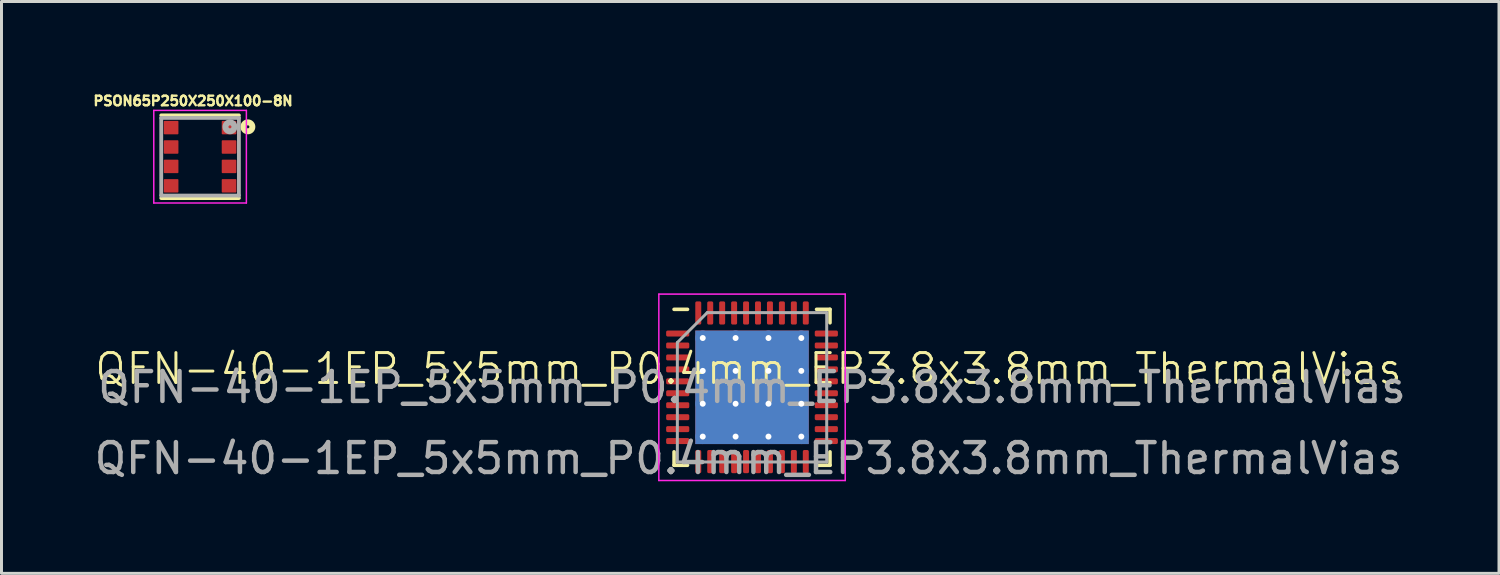
<source format=kicad_pcb>
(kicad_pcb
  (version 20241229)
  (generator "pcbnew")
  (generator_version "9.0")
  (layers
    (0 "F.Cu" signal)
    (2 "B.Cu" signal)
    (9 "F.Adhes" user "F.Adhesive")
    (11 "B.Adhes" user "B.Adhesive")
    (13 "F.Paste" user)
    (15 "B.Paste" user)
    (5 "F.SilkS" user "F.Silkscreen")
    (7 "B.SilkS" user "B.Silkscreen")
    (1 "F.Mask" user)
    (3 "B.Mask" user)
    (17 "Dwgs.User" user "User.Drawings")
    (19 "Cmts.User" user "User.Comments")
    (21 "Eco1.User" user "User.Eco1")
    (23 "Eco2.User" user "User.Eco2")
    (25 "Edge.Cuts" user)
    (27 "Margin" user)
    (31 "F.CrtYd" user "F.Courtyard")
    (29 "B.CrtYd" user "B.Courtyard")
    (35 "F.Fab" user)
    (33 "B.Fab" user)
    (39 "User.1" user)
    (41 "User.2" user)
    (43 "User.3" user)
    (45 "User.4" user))
  (footprint "QFN-40-1EP_5x5mm_P0.4mm_EP3.8x3.8mm_ThermalVias"
    (layer "F.Cu")
    (at 22.006 9.796)
    (property "Reference" "QFN-40-1EP_5x5mm_P0.4mm_EP3.8x3.8mm_ThermalVias" (at 0 -0.5 0) (unlocked yes) (layer "F.SilkS") (effects (font (size 1 1) (thickness 0.1))))
    (attr smd)
    (fp_line (start -2.49 2.73) (end -2.49 2.28) (stroke (width 0.12) (type solid)) (layer "F.SilkS"))
    (fp_line (start -2.04 -2.49) (end -2.49 -2.49) (stroke (width 0.12) (type solid)) (layer "F.SilkS"))
    (fp_line (start -2.04 2.73) (end -2.49 2.73) (stroke (width 0.12) (type solid)) (layer "F.SilkS"))
    (fp_line (start 2.28 -2.49) (end 2.73 -2.49) (stroke (width 0.12) (type solid)) (layer "F.SilkS"))
    (fp_line (start 2.28 2.73) (end 2.73 2.73) (stroke (width 0.12) (type solid)) (layer "F.SilkS"))
    (fp_line (start 2.73 -2.49) (end 2.73 -2.04) (stroke (width 0.12) (type solid)) (layer "F.SilkS"))
    (fp_line (start 2.73 2.73) (end 2.73 2.28) (stroke (width 0.12) (type solid)) (layer "F.SilkS"))
    (fp_line (start -3 -3) (end -3 3.24) (stroke (width 0.05) (type solid)) (layer "F.CrtYd"))
    (fp_line (start -3 3.24) (end 3.24 3.24) (stroke (width 0.05) (type solid)) (layer "F.CrtYd"))
    (fp_line (start 3.24 -3) (end -3 -3) (stroke (width 0.05) (type solid)) (layer "F.CrtYd"))
    (fp_line (start 3.24 3.24) (end 3.24 -3) (stroke (width 0.05) (type solid)) (layer "F.CrtYd"))
    (fp_line (start -2.38 -1.38) (end -1.38 -2.38) (stroke (width 0.1) (type solid)) (layer "F.Fab"))
    (fp_line (start -2.38 2.62) (end -2.38 -1.38) (stroke (width 0.1) (type solid)) (layer "F.Fab"))
    (fp_line (start -1.38 -2.38) (end 2.62 -2.38) (stroke (width 0.1) (type solid)) (layer "F.Fab"))
    (fp_line (start 2.62 -2.38) (end 2.62 2.62) (stroke (width 0.1) (type solid)) (layer "F.Fab"))
    (fp_line (start 2.62 2.62) (end -2.38 2.62) (stroke (width 0.1) (type solid)) (layer "F.Fab"))
    (fp_text user "${REFERENCE}" (at 0 2.5 0) (unlocked yes) (layer "F.Fab") (effects (font (size 1 1) (thickness 0.15))))
    (fp_text user "${REFERENCE}" (at 0.12 0.12 0) (layer "F.Fab") (effects (font (size 1 1) (thickness 0.15))))
    (pad "" smd custom (at -0.98 -0.98) (size 0.865 0.865) (layers "F.Paste") (options (anchor circle)) (primitives (gr_poly (pts (xy 0.375 -0.279) (xy 0.375 0.279) (xy 0.279 0.375) (xy -0.279 0.375) (xy -0.375 0.279) (xy -0.375 -0.279) (xy -0.279 -0.375) (xy 0.279 -0.375)) (width 0.232) (fill yes))))
    (pad "" smd custom (at -0.98 0.12) (size 0.865 0.865) (layers "F.Paste") (options (anchor circle)) (primitives (gr_poly (pts (xy 0.375 -0.279) (xy 0.375 0.279) (xy 0.279 0.375) (xy -0.279 0.375) (xy -0.375 0.279) (xy -0.375 -0.279) (xy -0.279 -0.375) (xy 0.279 -0.375)) (width 0.232) (fill yes))))
    (pad "" smd custom (at -0.98 1.22) (size 0.865 0.865) (layers "F.Paste") (options (anchor circle)) (primitives (gr_poly (pts (xy 0.375 -0.279) (xy 0.375 0.279) (xy 0.279 0.375) (xy -0.279 0.375) (xy -0.375 0.279) (xy -0.375 -0.279) (xy -0.279 -0.375) (xy 0.279 -0.375)) (width 0.232) (fill yes))))
    (pad "" smd custom (at 0.12 -0.98) (size 0.865 0.865) (layers "F.Paste") (options (anchor circle)) (primitives (gr_poly (pts (xy 0.375 -0.279) (xy 0.375 0.279) (xy 0.279 0.375) (xy -0.279 0.375) (xy -0.375 0.279) (xy -0.375 -0.279) (xy -0.279 -0.375) (xy 0.279 -0.375)) (width 0.232) (fill yes))))
    (pad "" smd custom (at 0.12 0.12) (size 0.865 0.865) (layers "F.Paste") (options (anchor circle)) (primitives (gr_poly (pts (xy 0.375 -0.279) (xy 0.375 0.279) (xy 0.279 0.375) (xy -0.279 0.375) (xy -0.375 0.279) (xy -0.375 -0.279) (xy -0.279 -0.375) (xy 0.279 -0.375)) (width 0.232) (fill yes))))
    (pad "" smd custom (at 0.12 1.22) (size 0.865 0.865) (layers "F.Paste") (options (anchor circle)) (primitives (gr_poly (pts (xy 0.375 -0.279) (xy 0.375 0.279) (xy 0.279 0.375) (xy -0.279 0.375) (xy -0.375 0.279) (xy -0.375 -0.279) (xy -0.279 -0.375) (xy 0.279 -0.375)) (width 0.232) (fill yes))))
    (pad "" smd custom (at 1.22 -0.98) (size 0.865 0.865) (layers "F.Paste") (options (anchor circle)) (primitives (gr_poly (pts (xy 0.375 -0.279) (xy 0.375 0.279) (xy 0.279 0.375) (xy -0.279 0.375) (xy -0.375 0.279) (xy -0.375 -0.279) (xy -0.279 -0.375) (xy 0.279 -0.375)) (width 0.232) (fill yes))))
    (pad "" smd custom (at 1.22 0.12) (size 0.865 0.865) (layers "F.Paste") (options (anchor circle)) (primitives (gr_poly (pts (xy 0.375 -0.279) (xy 0.375 0.279) (xy 0.279 0.375) (xy -0.279 0.375) (xy -0.375 0.279) (xy -0.375 -0.279) (xy -0.279 -0.375) (xy 0.279 -0.375)) (width 0.232) (fill yes))))
    (pad "" smd custom (at 1.22 1.22) (size 0.865 0.865) (layers "F.Paste") (options (anchor circle)) (primitives (gr_poly (pts (xy 0.375 -0.279) (xy 0.375 0.279) (xy 0.279 0.375) (xy -0.279 0.375) (xy -0.375 0.279) (xy -0.375 -0.279) (xy -0.279 -0.375) (xy 0.279 -0.375)) (width 0.232) (fill yes))))
    (pad "1" smd roundrect (at -2.368 -1.68) (size 0.775 0.2) (layers "F.Cu" "F.Mask" "F.Paste") (roundrect_rratio 0.25))
    (pad "2" smd roundrect (at -2.368 -1.28) (size 0.775 0.2) (layers "F.Cu" "F.Mask" "F.Paste") (roundrect_rratio 0.25))
    (pad "3" smd roundrect (at -2.368 -0.88) (size 0.775 0.2) (layers "F.Cu" "F.Mask" "F.Paste") (roundrect_rratio 0.25))
    (pad "4" smd roundrect (at -2.368 -0.48) (size 0.775 0.2) (layers "F.Cu" "F.Mask" "F.Paste") (roundrect_rratio 0.25))
    (pad "5" smd roundrect (at -2.368 -0.08) (size 0.775 0.2) (layers "F.Cu" "F.Mask" "F.Paste") (roundrect_rratio 0.25))
    (pad "6" smd roundrect (at -2.368 0.32) (size 0.775 0.2) (layers "F.Cu" "F.Mask" "F.Paste") (roundrect_rratio 0.25))
    (pad "7" smd roundrect (at -2.368 0.72) (size 0.775 0.2) (layers "F.Cu" "F.Mask" "F.Paste") (roundrect_rratio 0.25))
    (pad "8" smd roundrect (at -2.368 1.12) (size 0.775 0.2) (layers "F.Cu" "F.Mask" "F.Paste") (roundrect_rratio 0.25))
    (pad "9" smd roundrect (at -2.368 1.52) (size 0.775 0.2) (layers "F.Cu" "F.Mask" "F.Paste") (roundrect_rratio 0.25))
    (pad "10" smd roundrect (at -2.368 1.92) (size 0.775 0.2) (layers "F.Cu" "F.Mask" "F.Paste") (roundrect_rratio 0.25))
    (pad "11" smd roundrect (at -1.68 2.607) (size 0.2 0.775) (layers "F.Cu" "F.Mask" "F.Paste") (roundrect_rratio 0.25))
    (pad "12" smd roundrect (at -1.28 2.607) (size 0.2 0.775) (layers "F.Cu" "F.Mask" "F.Paste") (roundrect_rratio 0.25))
    (pad "13" smd roundrect (at -0.88 2.607) (size 0.2 0.775) (layers "F.Cu" "F.Mask" "F.Paste") (roundrect_rratio 0.25))
    (pad "14" smd roundrect (at -0.48 2.607) (size 0.2 0.775) (layers "F.Cu" "F.Mask" "F.Paste") (roundrect_rratio 0.25))
    (pad "15" smd roundrect (at -0.08 2.607) (size 0.2 0.775) (layers "F.Cu" "F.Mask" "F.Paste") (roundrect_rratio 0.25))
    (pad "16" smd roundrect (at 0.32 2.607) (size 0.2 0.775) (layers "F.Cu" "F.Mask" "F.Paste") (roundrect_rratio 0.25))
    (pad "17" smd roundrect (at 0.72 2.607) (size 0.2 0.775) (layers "F.Cu" "F.Mask" "F.Paste") (roundrect_rratio 0.25))
    (pad "18" smd roundrect (at 1.12 2.607) (size 0.2 0.775) (layers "F.Cu" "F.Mask" "F.Paste") (roundrect_rratio 0.25))
    (pad "19" smd roundrect (at 1.52 2.607) (size 0.2 0.775) (layers "F.Cu" "F.Mask" "F.Paste") (roundrect_rratio 0.25))
    (pad "20" smd roundrect (at 1.92 2.607) (size 0.2 0.775) (layers "F.Cu" "F.Mask" "F.Paste") (roundrect_rratio 0.25))
    (pad "21" smd roundrect (at 2.607 1.92) (size 0.775 0.2) (layers "F.Cu" "F.Mask" "F.Paste") (roundrect_rratio 0.25))
    (pad "22" smd roundrect (at 2.607 1.52) (size 0.775 0.2) (layers "F.Cu" "F.Mask" "F.Paste") (roundrect_rratio 0.25))
    (pad "23" smd roundrect (at 2.607 1.12) (size 0.775 0.2) (layers "F.Cu" "F.Mask" "F.Paste") (roundrect_rratio 0.25))
    (pad "24" smd roundrect (at 2.607 0.72) (size 0.775 0.2) (layers "F.Cu" "F.Mask" "F.Paste") (roundrect_rratio 0.25))
    (pad "25" smd roundrect (at 2.607 0.32) (size 0.775 0.2) (layers "F.Cu" "F.Mask" "F.Paste") (roundrect_rratio 0.25))
    (pad "26" smd roundrect (at 2.607 -0.08) (size 0.775 0.2) (layers "F.Cu" "F.Mask" "F.Paste") (roundrect_rratio 0.25))
    (pad "27" smd roundrect (at 2.607 -0.48) (size 0.775 0.2) (layers "F.Cu" "F.Mask" "F.Paste") (roundrect_rratio 0.25))
    (pad "28" smd roundrect (at 2.607 -0.88) (size 0.775 0.2) (layers "F.Cu" "F.Mask" "F.Paste") (roundrect_rratio 0.25))
    (pad "29" smd roundrect (at 2.607 -1.28) (size 0.775 0.2) (layers "F.Cu" "F.Mask" "F.Paste") (roundrect_rratio 0.25))
    (pad "30" smd roundrect (at 2.607 -1.68) (size 0.775 0.2) (layers "F.Cu" "F.Mask" "F.Paste") (roundrect_rratio 0.25))
    (pad "31" smd roundrect (at 1.92 -2.368) (size 0.2 0.775) (layers "F.Cu" "F.Mask" "F.Paste") (roundrect_rratio 0.25))
    (pad "32" smd roundrect (at 1.52 -2.368) (size 0.2 0.775) (layers "F.Cu" "F.Mask" "F.Paste") (roundrect_rratio 0.25))
    (pad "33" smd roundrect (at 1.12 -2.368) (size 0.2 0.775) (layers "F.Cu" "F.Mask" "F.Paste") (roundrect_rratio 0.25))
    (pad "34" smd roundrect (at 0.72 -2.368) (size 0.2 0.775) (layers "F.Cu" "F.Mask" "F.Paste") (roundrect_rratio 0.25))
    (pad "35" smd roundrect (at 0.32 -2.368) (size 0.2 0.775) (layers "F.Cu" "F.Mask" "F.Paste") (roundrect_rratio 0.25))
    (pad "36" smd roundrect (at -0.08 -2.368) (size 0.2 0.775) (layers "F.Cu" "F.Mask" "F.Paste") (roundrect_rratio 0.25))
    (pad "37" smd roundrect (at -0.48 -2.368) (size 0.2 0.775) (layers "F.Cu" "F.Mask" "F.Paste") (roundrect_rratio 0.25))
    (pad "38" smd roundrect (at -0.88 -2.368) (size 0.2 0.775) (layers "F.Cu" "F.Mask" "F.Paste") (roundrect_rratio 0.25))
    (pad "39" smd roundrect (at -1.28 -2.368) (size 0.2 0.775) (layers "F.Cu" "F.Mask" "F.Paste") (roundrect_rratio 0.25))
    (pad "40" smd roundrect (at -1.68 -2.368) (size 0.2 0.775) (layers "F.Cu" "F.Mask" "F.Paste") (roundrect_rratio 0.25))
    (pad "41" thru_hole circle (at -1.53 -1.53) (size 0.5 0.5) (drill 0.2) (layers "*.Cu"))
    (pad "41" thru_hole circle (at -1.53 -0.43) (size 0.5 0.5) (drill 0.2) (layers "*.Cu"))
    (pad "41" thru_hole circle (at -1.53 0.67) (size 0.5 0.5) (drill 0.2) (layers "*.Cu"))
    (pad "41" thru_hole circle (at -1.53 1.77) (size 0.5 0.5) (drill 0.2) (layers "*.Cu"))
    (pad "41" thru_hole circle (at -0.43 -1.53) (size 0.5 0.5) (drill 0.2) (layers "*.Cu"))
    (pad "41" thru_hole circle (at -0.43 -0.43) (size 0.5 0.5) (drill 0.2) (layers "*.Cu"))
    (pad "41" thru_hole circle (at -0.43 0.67) (size 0.5 0.5) (drill 0.2) (layers "*.Cu"))
    (pad "41" thru_hole circle (at -0.43 1.77) (size 0.5 0.5) (drill 0.2) (layers "*.Cu"))
    (pad "41" smd rect (at 0.12 0.12) (size 3.8 3.8) (layers "F.Cu" "F.Mask"))
    (pad "41" smd rect (at 0.12 0.12) (size 3.8 3.8) (layers "B.Cu"))
    (pad "41" thru_hole circle (at 0.67 -1.53) (size 0.5 0.5) (drill 0.2) (layers "*.Cu"))
    (pad "41" thru_hole circle (at 0.67 -0.43) (size 0.5 0.5) (drill 0.2) (layers "*.Cu"))
    (pad "41" thru_hole circle (at 0.67 0.67) (size 0.5 0.5) (drill 0.2) (layers "*.Cu"))
    (pad "41" thru_hole circle (at 0.67 1.77) (size 0.5 0.5) (drill 0.2) (layers "*.Cu"))
    (pad "41" thru_hole circle (at 1.77 -1.53) (size 0.5 0.5) (drill 0.2) (layers "*.Cu"))
    (pad "41" thru_hole circle (at 1.77 -0.43) (size 0.5 0.5) (drill 0.2) (layers "*.Cu"))
    (pad "41" thru_hole circle (at 1.77 0.67) (size 0.5 0.5) (drill 0.2) (layers "*.Cu"))
    (pad "41" thru_hole circle (at 1.77 1.77) (size 0.5 0.5) (drill 0.2) (layers "*.Cu")))
  (footprint "PSON65P250X250X100-8N"
    (layer "F.Cu")
    (at 3.648 2.196)
    (property "Reference" "PSON65P250X250X100-8N" (at -0.235 -1.867 0) (layer "F.SilkS") (effects (font (size 0.322 0.322) (thickness 0.08))))
    (attr smd)
    (fp_line (start -1.3 -1.385) (end 1.3 -1.385) (stroke (width 0.127) (type solid)) (layer "F.SilkS"))
    (fp_line (start -1.3 1.385) (end 1.3 1.385) (stroke (width 0.127) (type solid)) (layer "F.SilkS"))
    (fp_circle (center 1.6 -1) (end 1.65 -1) (stroke (width 0.2) (type solid)) (fill no) (layer "F.SilkS"))
    (fp_line (start -1.55 -1.55) (end 1.55 -1.55) (stroke (width 0.05) (type solid)) (layer "F.CrtYd"))
    (fp_line (start -1.55 1.55) (end -1.55 -1.55) (stroke (width 0.05) (type solid)) (layer "F.CrtYd"))
    (fp_line (start 1.55 -1.55) (end 1.55 1.55) (stroke (width 0.05) (type solid)) (layer "F.CrtYd"))
    (fp_line (start 1.55 1.55) (end -1.55 1.55) (stroke (width 0.05) (type solid)) (layer "F.CrtYd"))
    (fp_line (start -1.3 -1.3) (end -1.3 1.3) (stroke (width 0.127) (type solid)) (layer "F.Fab"))
    (fp_line (start -1.3 1.3) (end 1.3 1.3) (stroke (width 0.127) (type solid)) (layer "F.Fab"))
    (fp_line (start 1.3 -1.3) (end -1.3 -1.3) (stroke (width 0.127) (type solid)) (layer "F.Fab"))
    (fp_line (start 1.3 1.3) (end 1.3 -1.3) (stroke (width 0.127) (type solid)) (layer "F.Fab"))
    (fp_circle (center 1 -1) (end 1.05 -1) (stroke (width 0.2) (type solid)) (fill no) (layer "F.Fab"))
    (pad "1" smd roundrect (at 0.97 -0.975) (size 0.49 0.45) (layers "F.Cu" "F.Mask" "F.Paste") (roundrect_rratio 0.06))
    (pad "2" smd roundrect (at 0.97 -0.325) (size 0.49 0.45) (layers "F.Cu" "F.Mask" "F.Paste") (roundrect_rratio 0.06))
    (pad "3" smd roundrect (at 0.97 0.325) (size 0.49 0.45) (layers "F.Cu" "F.Mask" "F.Paste") (roundrect_rratio 0.06))
    (pad "4" smd roundrect (at 0.97 0.975) (size 0.49 0.45) (layers "F.Cu" "F.Mask" "F.Paste") (roundrect_rratio 0.06))
    (pad "5" smd roundrect (at -0.97 0.975) (size 0.49 0.45) (layers "F.Cu" "F.Mask" "F.Paste") (roundrect_rratio 0.06))
    (pad "6" smd roundrect (at -0.97 0.325) (size 0.49 0.45) (layers "F.Cu" "F.Mask" "F.Paste") (roundrect_rratio 0.06))
    (pad "7" smd roundrect (at -0.97 -0.325) (size 0.49 0.45) (layers "F.Cu" "F.Mask" "F.Paste") (roundrect_rratio 0.06))
    (pad "8" smd roundrect (at -0.97 -0.975) (size 0.49 0.45) (layers "F.Cu" "F.Mask" "F.Paste") (roundrect_rratio 0.06)))
  (gr_rect
    (start -3 -3)
    (end 47.132 16.144)
    (stroke (width 0.1) (type default))
    (fill no)
    (layer "Edge.Cuts")))
</source>
